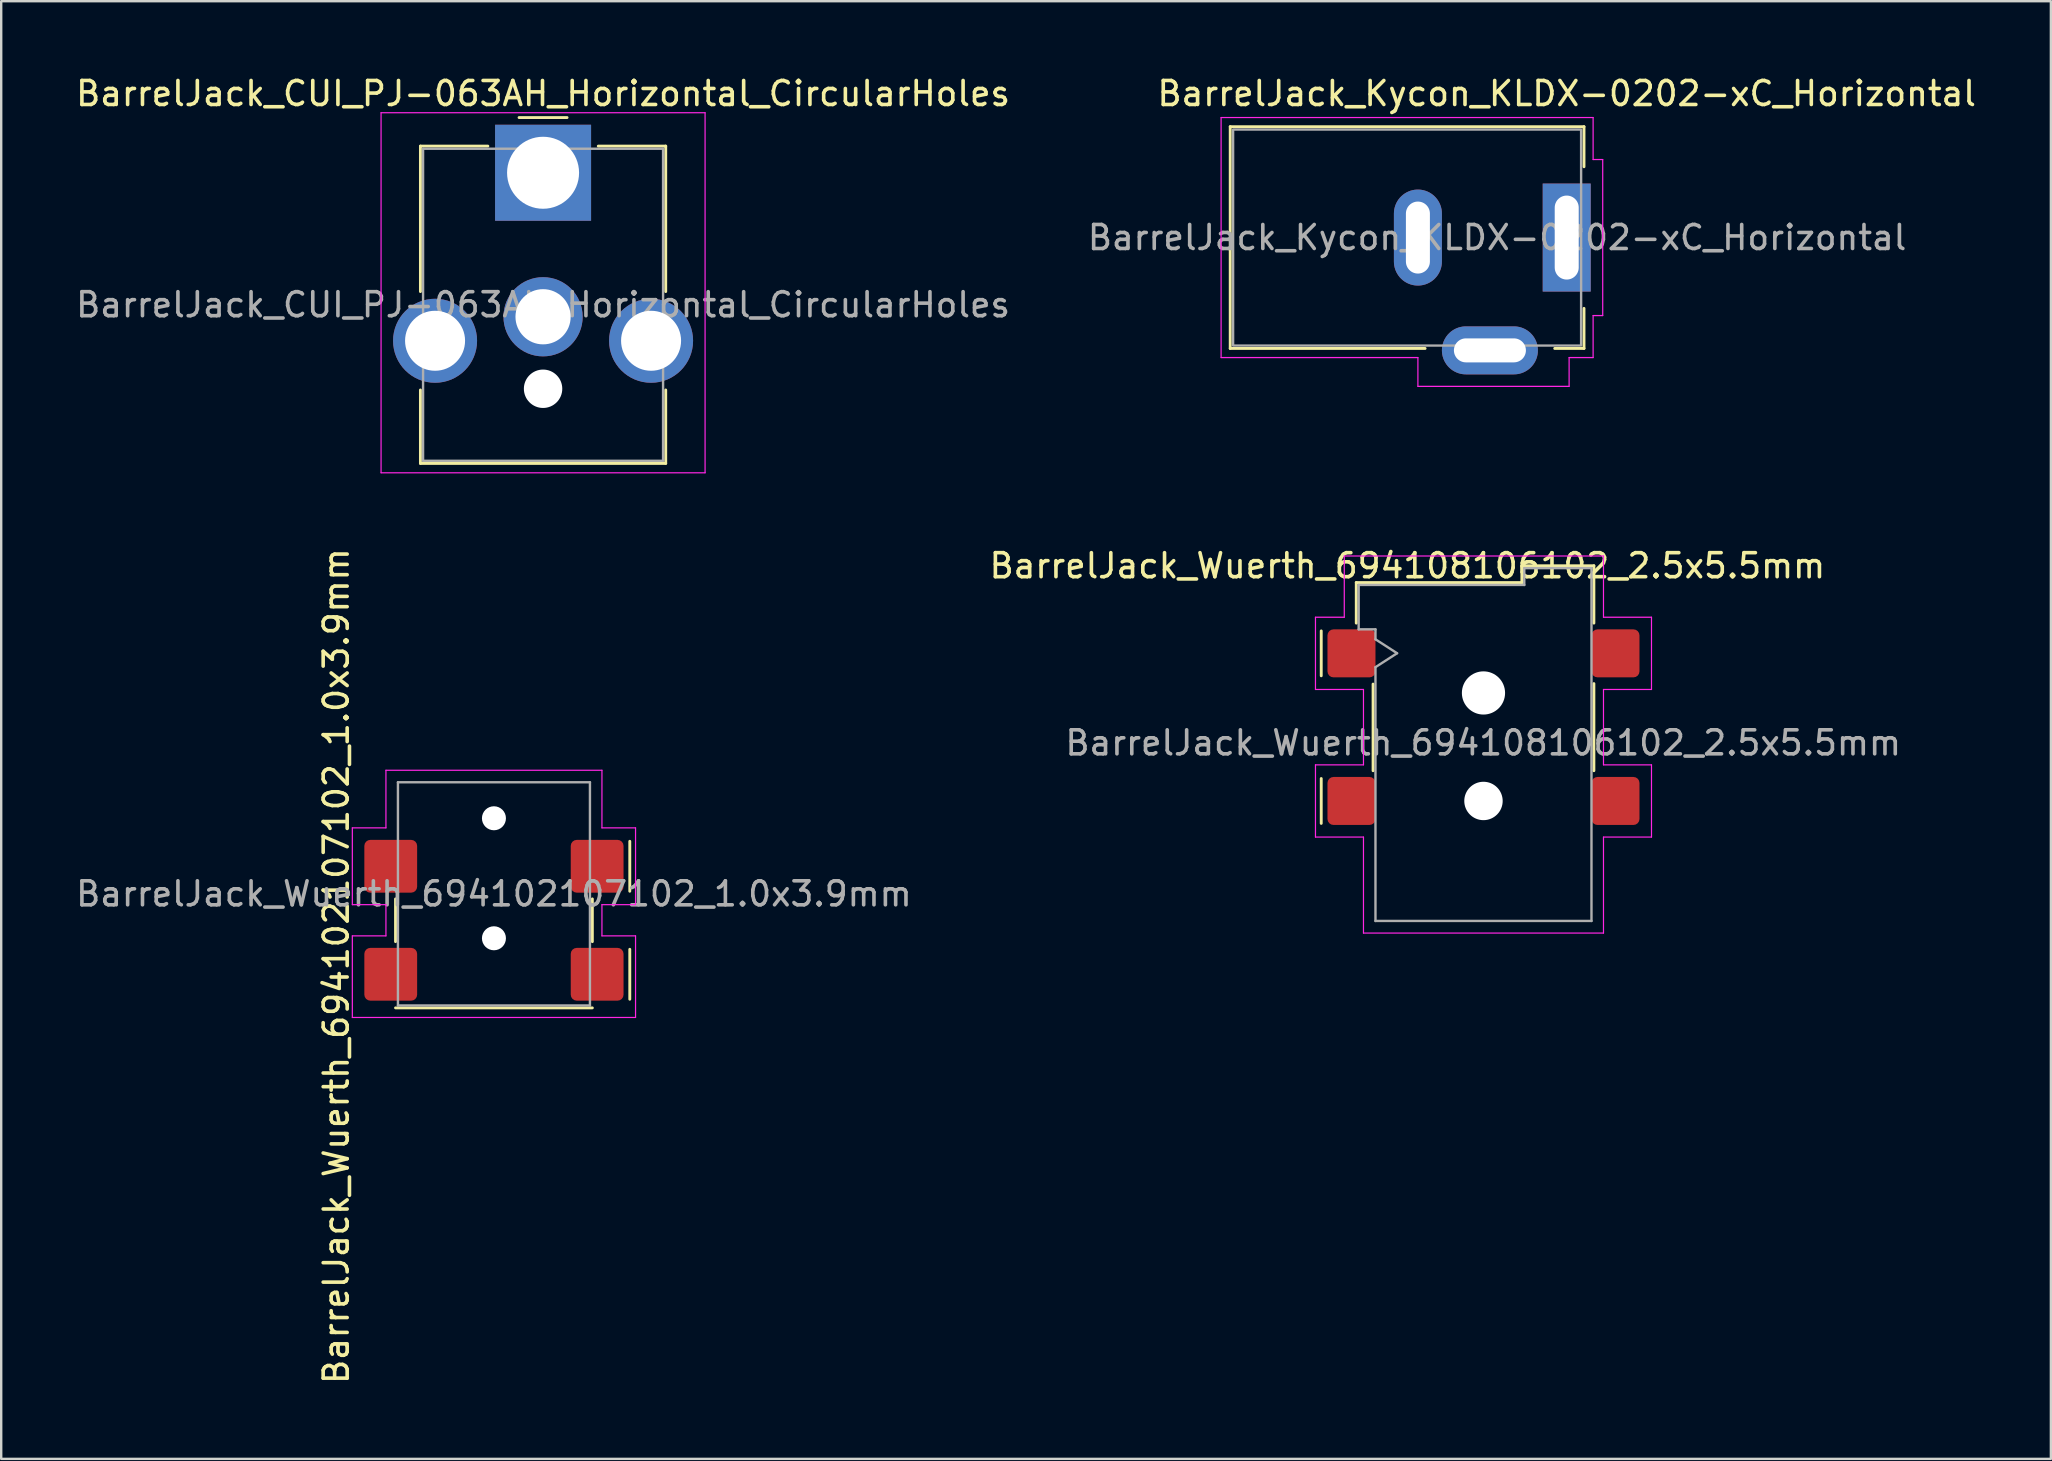
<source format=kicad_pcb>
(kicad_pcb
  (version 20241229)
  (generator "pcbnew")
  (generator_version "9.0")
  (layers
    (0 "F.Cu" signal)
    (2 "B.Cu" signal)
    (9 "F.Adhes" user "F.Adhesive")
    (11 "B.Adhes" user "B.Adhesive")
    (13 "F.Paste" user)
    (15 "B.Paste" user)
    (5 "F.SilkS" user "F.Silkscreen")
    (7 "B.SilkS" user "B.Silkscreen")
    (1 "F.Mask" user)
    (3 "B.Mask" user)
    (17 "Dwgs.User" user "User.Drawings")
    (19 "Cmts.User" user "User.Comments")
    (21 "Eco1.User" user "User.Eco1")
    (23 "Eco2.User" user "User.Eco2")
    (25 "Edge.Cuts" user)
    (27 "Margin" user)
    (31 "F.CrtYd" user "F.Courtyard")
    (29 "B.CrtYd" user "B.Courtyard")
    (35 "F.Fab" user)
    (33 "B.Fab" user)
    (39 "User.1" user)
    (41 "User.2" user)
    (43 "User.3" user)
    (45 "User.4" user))
  (footprint "BarrelJack_Kycon_KLDX-0202-xC_Horizontal"
    (layer "F.Cu")
    (at 62.227 6.848)
    (property "Reference" "BarrelJack_Kycon_KLDX-0202-xC_Horizontal" (at 0 -6 0) (unlocked yes) (layer "F.SilkS") (effects (font (size 1 1) (thickness 0.15))))
    (attr through_hole)
    (fp_line (start -14.02 -4.62) (end -14.02 4.62) (stroke (width 0.12) (type solid)) (layer "F.SilkS"))
    (fp_line (start -14.02 4.62) (end -5.9 4.62) (stroke (width 0.12) (type solid)) (layer "F.SilkS"))
    (fp_line (start -0.5 4.62) (end 0.72 4.62) (stroke (width 0.12) (type solid)) (layer "F.SilkS"))
    (fp_line (start 0.72 -4.62) (end -14.02 -4.62) (stroke (width 0.12) (type solid)) (layer "F.SilkS"))
    (fp_line (start 0.72 -2.95) (end 0.72 -4.62) (stroke (width 0.12) (type solid)) (layer "F.SilkS"))
    (fp_line (start 0.72 4.62) (end 0.72 2.95) (stroke (width 0.12) (type solid)) (layer "F.SilkS"))
    (fp_line (start -14.4 -5) (end 1.1 -5) (stroke (width 0.05) (type solid)) (layer "F.CrtYd"))
    (fp_line (start -14.4 5) (end -14.4 -5) (stroke (width 0.05) (type solid)) (layer "F.CrtYd"))
    (fp_line (start -6.2 5) (end -14.4 5) (stroke (width 0.05) (type solid)) (layer "F.CrtYd"))
    (fp_line (start -6.2 6.2) (end -6.2 5) (stroke (width 0.05) (type solid)) (layer "F.CrtYd"))
    (fp_line (start 0.1 5) (end 0.1 6.2) (stroke (width 0.05) (type solid)) (layer "F.CrtYd"))
    (fp_line (start 0.1 6.2) (end -6.2 6.2) (stroke (width 0.05) (type solid)) (layer "F.CrtYd"))
    (fp_line (start 1.1 -5) (end 1.1 -3.25) (stroke (width 0.05) (type solid)) (layer "F.CrtYd"))
    (fp_line (start 1.1 -3.25) (end 1.5 -3.25) (stroke (width 0.05) (type solid)) (layer "F.CrtYd"))
    (fp_line (start 1.1 3.25) (end 1.1 5) (stroke (width 0.05) (type solid)) (layer "F.CrtYd"))
    (fp_line (start 1.1 5) (end 0.1 5) (stroke (width 0.05) (type solid)) (layer "F.CrtYd"))
    (fp_line (start 1.5 -3.25) (end 1.5 3.25) (stroke (width 0.05) (type solid)) (layer "F.CrtYd"))
    (fp_line (start 1.5 3.25) (end 1.1 3.25) (stroke (width 0.05) (type solid)) (layer "F.CrtYd"))
    (fp_rect (start -13.9 -4.5) (end 0.6 4.5) (stroke (width 0.1) (type solid)) (fill no) (layer "F.Fab"))
    (fp_text user "${REFERENCE}" (at -2.9 0 0) (unlocked yes) (layer "F.Fab") (effects (font (size 1 1) (thickness 0.15))))
    (pad "1" thru_hole rect (at 0 0) (size 2 4.5) (drill oval 1 3.5) (layers "*.Cu" "*.Mask"))
    (pad "2" thru_hole oval (at -6.2 0) (size 2 4) (drill oval 1 3) (layers "*.Cu" "*.Mask"))
    (pad "3" thru_hole oval (at -3.2 4.7 90) (size 2 4) (drill oval 1 3) (layers "*.Cu" "*.Mask")))
  (footprint "BarrelJack_Wuerth_694102107102_1.0x3.9mm"
    (layer "F.Cu")
    (at 17.53 34.193)
    (property "Reference" "BarrelJack_Wuerth_694102107102_1.0x3.9mm" (at -6.57 3.01 90) (layer "F.SilkS") (effects (font (size 1 1) (thickness 0.15))))
    (attr smd)
    (fp_line (start -4.1 1.99) (end -4.1 0.21) (stroke (width 0.12) (type solid)) (layer "F.SilkS"))
    (fp_line (start 4.1 1.99) (end 4.1 0.21) (stroke (width 0.12) (type solid)) (layer "F.SilkS"))
    (fp_line (start 4.1 4.75) (end -4.1 4.75) (stroke (width 0.12) (type solid)) (layer "F.SilkS"))
    (fp_line (start 5.66 -0.11) (end 5.66 -2.19) (stroke (width 0.12) (type solid)) (layer "F.SilkS"))
    (fp_line (start 5.66 4.39) (end 5.66 2.31) (stroke (width 0.12) (type solid)) (layer "F.SilkS"))
    (fp_line (start -5.9 -2.75) (end -5.9 0.45) (stroke (width 0.05) (type default)) (layer "F.CrtYd"))
    (fp_line (start -5.9 -2.75) (end -4.5 -2.75) (stroke (width 0.05) (type default)) (layer "F.CrtYd"))
    (fp_line (start -5.9 1.75) (end -4.5 1.75) (stroke (width 0.05) (type solid)) (layer "F.CrtYd"))
    (fp_line (start -5.9 5.15) (end -5.9 1.75) (stroke (width 0.05) (type solid)) (layer "F.CrtYd"))
    (fp_line (start -4.5 -5.15) (end 4.5 -5.15) (stroke (width 0.05) (type solid)) (layer "F.CrtYd"))
    (fp_line (start -4.5 -2.75) (end -4.5 -5.15) (stroke (width 0.05) (type default)) (layer "F.CrtYd"))
    (fp_line (start -4.5 0.45) (end -5.9 0.45) (stroke (width 0.05) (type solid)) (layer "F.CrtYd"))
    (fp_line (start -4.5 1.75) (end -4.5 0.45) (stroke (width 0.05) (type default)) (layer "F.CrtYd"))
    (fp_line (start 4.5 -2.75) (end 4.5 -5.15) (stroke (width 0.05) (type default)) (layer "F.CrtYd"))
    (fp_line (start 4.5 0.45) (end 4.5 1.75) (stroke (width 0.05) (type default)) (layer "F.CrtYd"))
    (fp_line (start 4.5 1.75) (end 5.9 1.75) (stroke (width 0.05) (type solid)) (layer "F.CrtYd"))
    (fp_line (start 5.9 -2.75) (end 4.5 -2.75) (stroke (width 0.05) (type default)) (layer "F.CrtYd"))
    (fp_line (start 5.9 -2.75) (end 5.9 0.45) (stroke (width 0.05) (type solid)) (layer "F.CrtYd"))
    (fp_line (start 5.9 0.45) (end 4.5 0.45) (stroke (width 0.05) (type solid)) (layer "F.CrtYd"))
    (fp_line (start 5.9 1.75) (end 5.9 5.15) (stroke (width 0.05) (type solid)) (layer "F.CrtYd"))
    (fp_line (start 5.9 5.15) (end -5.9 5.15) (stroke (width 0.05) (type solid)) (layer "F.CrtYd"))
    (fp_line (start -4 4.65) (end -4 -4.65) (stroke (width 0.1) (type solid)) (layer "F.Fab"))
    (fp_line (start -4 4.65) (end 4 4.65) (stroke (width 0.1) (type solid)) (layer "F.Fab"))
    (fp_line (start 4 -4.65) (end -4 -4.65) (stroke (width 0.1) (type solid)) (layer "F.Fab"))
    (fp_line (start 4 4.65) (end 4 -4.65) (stroke (width 0.1) (type solid)) (layer "F.Fab"))
    (fp_text user "${REFERENCE}" (at 0 0 180) (layer "F.Fab") (effects (font (size 1 1) (thickness 0.15))))
    (pad "" np_thru_hole circle (at 0 -3.15 180) (size 1 1) (drill 1) (layers "*.Cu" "*.Mask"))
    (pad "" np_thru_hole circle (at 0 1.85 180) (size 1 1) (drill 1) (layers "*.Cu" "*.Mask"))
    (pad "1" smd roundrect (at 4.3 -1.15 270) (size 2.2 2.2) (layers "F.Cu" "F.Mask" "F.Paste") (roundrect_rratio 0.114))
    (pad "1" smd roundrect (at 4.3 3.35 270) (size 2.2 2.2) (layers "F.Cu" "F.Mask" "F.Paste") (roundrect_rratio 0.114))
    (pad "2" smd roundrect (at -4.3 -1.15 270) (size 2.2 2.2) (layers "F.Cu" "F.Mask" "F.Paste") (roundrect_rratio 0.114))
    (pad "3" smd roundrect (at -4.3 3.35 270) (size 2.2 2.2) (layers "F.Cu" "F.Mask" "F.Paste") (roundrect_rratio 0.114)))
  (footprint "BarrelJack_CUI_PJ-063AH_Horizontal_CircularHoles"
    (layer "F.Cu")
    (at 19.577 4.148)
    (property "Reference" "BarrelJack_CUI_PJ-063AH_Horizontal_CircularHoles" (at 0 -3.3 0) (layer "F.SilkS") (effects (font (size 1 1) (thickness 0.15))))
    (attr through_hole)
    (fp_line (start -5.11 -1.11) (end -2.3 -1.11) (stroke (width 0.12) (type solid)) (layer "F.SilkS"))
    (fp_line (start -5.11 4.95) (end -5.11 -1.11) (stroke (width 0.12) (type solid)) (layer "F.SilkS"))
    (fp_line (start -5.11 12.11) (end -5.11 9.05) (stroke (width 0.12) (type solid)) (layer "F.SilkS"))
    (fp_line (start -1 -2.3) (end 1 -2.3) (stroke (width 0.12) (type solid)) (layer "F.SilkS"))
    (fp_line (start 2.3 -1.11) (end 5.11 -1.11) (stroke (width 0.12) (type solid)) (layer "F.SilkS"))
    (fp_line (start 5.11 -1.11) (end 5.11 4.95) (stroke (width 0.12) (type solid)) (layer "F.SilkS"))
    (fp_line (start 5.11 9.05) (end 5.11 12.11) (stroke (width 0.12) (type solid)) (layer "F.SilkS"))
    (fp_line (start 5.11 12.11) (end -5.11 12.11) (stroke (width 0.12) (type solid)) (layer "F.SilkS"))
    (fp_line (start -6.75 -2.5) (end -6.75 12.5) (stroke (width 0.05) (type solid)) (layer "F.CrtYd"))
    (fp_line (start -6.75 12.5) (end 6.75 12.5) (stroke (width 0.05) (type solid)) (layer "F.CrtYd"))
    (fp_line (start 6.75 -2.5) (end -6.75 -2.5) (stroke (width 0.05) (type solid)) (layer "F.CrtYd"))
    (fp_line (start 6.75 12.5) (end 6.75 -2.5) (stroke (width 0.05) (type solid)) (layer "F.CrtYd"))
    (fp_line (start -5 -1) (end -1 -1) (stroke (width 0.1) (type solid)) (layer "F.Fab"))
    (fp_line (start -5 12) (end -5 -1) (stroke (width 0.1) (type solid)) (layer "F.Fab"))
    (fp_line (start -1 -1) (end 0 0) (stroke (width 0.1) (type solid)) (layer "F.Fab"))
    (fp_line (start 0 0) (end 1 -1) (stroke (width 0.1) (type solid)) (layer "F.Fab"))
    (fp_line (start 1 -1) (end 5 -1) (stroke (width 0.1) (type solid)) (layer "F.Fab"))
    (fp_line (start 5 -1) (end 5 12) (stroke (width 0.1) (type solid)) (layer "F.Fab"))
    (fp_line (start 5 12) (end -5 12) (stroke (width 0.1) (type solid)) (layer "F.Fab"))
    (fp_text user "${REFERENCE}" (at 0 5.5 0) (layer "F.Fab") (effects (font (size 1 1) (thickness 0.15))))
    (pad "" np_thru_hole circle (at 0 9) (size 1.6 1.6) (drill 1.6) (layers "*.Cu" "*.Mask"))
    (pad "1" thru_hole rect (at 0 0) (size 4 4) (drill 3) (layers "*.Cu" "*.Mask"))
    (pad "2" thru_hole circle (at 0 6) (size 3.3 3.3) (drill 2.3) (layers "*.Cu" "*.Mask"))
    (pad "MP" thru_hole circle (at -4.5 7) (size 3.5 3.5) (drill 2.5) (layers "*.Cu" "*.Mask"))
    (pad "MP" thru_hole circle (at 4.5 7) (size 3.5 3.5) (drill 2.5) (layers "*.Cu" "*.Mask")))
  (footprint "BarrelJack_Wuerth_694108106102_2.5x5.5mm"
    (layer "F.Cu")
    (at 58.759 27.247)
    (property "Reference" "BarrelJack_Wuerth_694108106102_2.5x5.5mm" (at -3.17 -6.725 0) (layer "F.SilkS") (effects (font (size 1 1) (thickness 0.15))))
    (attr smd)
    (fp_circle (center 0 -1.425) (end 0.9 -1.425) (stroke (width 0.12) (type solid)) (fill no) (layer "B.Mask"))
    (fp_circle (center 0 3.075) (end 0.8 3.075) (stroke (width 0.12) (type solid)) (fill no) (layer "B.Mask"))
    (fp_line (start -6.76 -4.01) (end -6.76 -2.14) (stroke (width 0.12) (type default)) (layer "F.SilkS"))
    (fp_line (start -6.76 2.14) (end -6.76 4.01) (stroke (width 0.12) (type default)) (layer "F.SilkS"))
    (fp_line (start -5.3 -4.335) (end -5.3 -6.025) (stroke (width 0.12) (type solid)) (layer "F.SilkS"))
    (fp_line (start -4.6 -1.795) (end -4.6 1.815) (stroke (width 0.12) (type solid)) (layer "F.SilkS"))
    (fp_line (start 1.6 -6.725) (end 1.6 -6.025) (stroke (width 0.12) (type solid)) (layer "F.SilkS"))
    (fp_line (start 1.6 -6.025) (end -5.3 -6.025) (stroke (width 0.12) (type solid)) (layer "F.SilkS"))
    (fp_line (start 4.6 -6.725) (end 1.6 -6.725) (stroke (width 0.12) (type solid)) (layer "F.SilkS"))
    (fp_line (start 4.6 -6.725) (end 4.6 -4.335) (stroke (width 0.12) (type default)) (layer "F.SilkS"))
    (fp_line (start 4.6 -1.815) (end 4.6 1.815) (stroke (width 0.12) (type solid)) (layer "F.SilkS"))
    (fp_line (start -7 -4.58) (end -7 -1.57) (stroke (width 0.05) (type default)) (layer "F.CrtYd"))
    (fp_line (start -7 1.57) (end -7 4.58) (stroke (width 0.05) (type default)) (layer "F.CrtYd"))
    (fp_line (start -5.8 -7.13) (end -5.8 -4.58) (stroke (width 0.05) (type default)) (layer "F.CrtYd"))
    (fp_line (start -5.8 -7.13) (end 5 -7.13) (stroke (width 0.05) (type solid)) (layer "F.CrtYd"))
    (fp_line (start -5.8 -4.58) (end -7 -4.58) (stroke (width 0.05) (type default)) (layer "F.CrtYd"))
    (fp_line (start -5 -1.57) (end -7 -1.57) (stroke (width 0.05) (type default)) (layer "F.CrtYd"))
    (fp_line (start -5 -1.57) (end -5 1.57) (stroke (width 0.05) (type default)) (layer "F.CrtYd"))
    (fp_line (start -5 1.57) (end -7 1.57) (stroke (width 0.05) (type default)) (layer "F.CrtYd"))
    (fp_line (start -5 4.58) (end -7 4.58) (stroke (width 0.05) (type default)) (layer "F.CrtYd"))
    (fp_line (start -5 8.58) (end -5 4.58) (stroke (width 0.05) (type solid)) (layer "F.CrtYd"))
    (fp_line (start 5 -7.13) (end 5 -4.58) (stroke (width 0.05) (type default)) (layer "F.CrtYd"))
    (fp_line (start 5 -4.58) (end 7 -4.58) (stroke (width 0.05) (type default)) (layer "F.CrtYd"))
    (fp_line (start 5 -1.57) (end 5 1.57) (stroke (width 0.05) (type default)) (layer "F.CrtYd"))
    (fp_line (start 5 1.57) (end 7 1.57) (stroke (width 0.05) (type default)) (layer "F.CrtYd"))
    (fp_line (start 5 4.58) (end 5 8.58) (stroke (width 0.05) (type default)) (layer "F.CrtYd"))
    (fp_line (start 5 8.58) (end -5 8.58) (stroke (width 0.05) (type solid)) (layer "F.CrtYd"))
    (fp_line (start 7 -4.58) (end 7 -1.57) (stroke (width 0.05) (type default)) (layer "F.CrtYd"))
    (fp_line (start 7 -1.57) (end 5 -1.57) (stroke (width 0.05) (type default)) (layer "F.CrtYd"))
    (fp_line (start 7 1.57) (end 7 4.58) (stroke (width 0.05) (type default)) (layer "F.CrtYd"))
    (fp_line (start 7 4.58) (end 5 4.58) (stroke (width 0.05) (type default)) (layer "F.CrtYd"))
    (fp_line (start -5.2 -5.925) (end -5.2 -4.075) (stroke (width 0.1) (type default)) (layer "F.Fab"))
    (fp_line (start -5.2 -4.075) (end -4.5 -4.075) (stroke (width 0.1) (type default)) (layer "F.Fab"))
    (fp_line (start -4.5 -4.075) (end -4.5 -3.66) (stroke (width 0.1) (type default)) (layer "F.Fab"))
    (fp_line (start -4.5 -3.66) (end -3.6 -3.08) (stroke (width 0.1) (type default)) (layer "F.Fab"))
    (fp_line (start -4.5 -2.5) (end -4.5 8.075) (stroke (width 0.1) (type default)) (layer "F.Fab"))
    (fp_line (start -4.5 8.075) (end 4.5 8.075) (stroke (width 0.1) (type default)) (layer "F.Fab"))
    (fp_line (start -3.6 -3.08) (end -4.5 -2.5) (stroke (width 0.1) (type default)) (layer "F.Fab"))
    (fp_line (start 1.7 -6.625) (end 1.7 -5.925) (stroke (width 0.1) (type default)) (layer "F.Fab"))
    (fp_line (start 1.7 -5.925) (end -5.2 -5.925) (stroke (width 0.1) (type default)) (layer "F.Fab"))
    (fp_line (start 4.5 -6.625) (end 1.7 -6.625) (stroke (width 0.1) (type default)) (layer "F.Fab"))
    (fp_line (start 4.5 8.075) (end 4.5 -6.625) (stroke (width 0.1) (type default)) (layer "F.Fab"))
    (fp_text user "${REFERENCE}" (at -0.01 0.655 0) (layer "F.Fab") (effects (font (size 1 1) (thickness 0.15))))
    (pad "" np_thru_hole circle (at 0 -1.425) (size 1.8 1.8) (drill 1.8) (layers "*.Cu" "*.Mask"))
    (pad "" np_thru_hole circle (at 0 3.075) (size 1.6 1.6) (drill 1.6) (layers "*.Cu" "*.Mask"))
    (pad "1" smd roundrect (at -5.5 -3.075) (size 2 2) (layers "F.Cu" "F.Mask" "F.Paste") (roundrect_rratio 0.125))
    (pad "1" smd roundrect (at -5.5 3.075) (size 2 2) (layers "F.Cu" "F.Mask" "F.Paste") (roundrect_rratio 0.125))
    (pad "2" smd roundrect (at 5.5 3.075) (size 2 2) (layers "F.Cu" "F.Mask" "F.Paste") (roundrect_rratio 0.125))
    (pad "3" smd roundrect (at 5.5 -3.075) (size 2 2) (layers "F.Cu" "F.Mask" "F.Paste") (roundrect_rratio 0.125)))
  (gr_rect
    (start -3 -3)
    (end 82.4 57.733)
    (stroke (width 0.1) (type default))
    (fill no)
    (layer "Edge.Cuts")))
</source>
